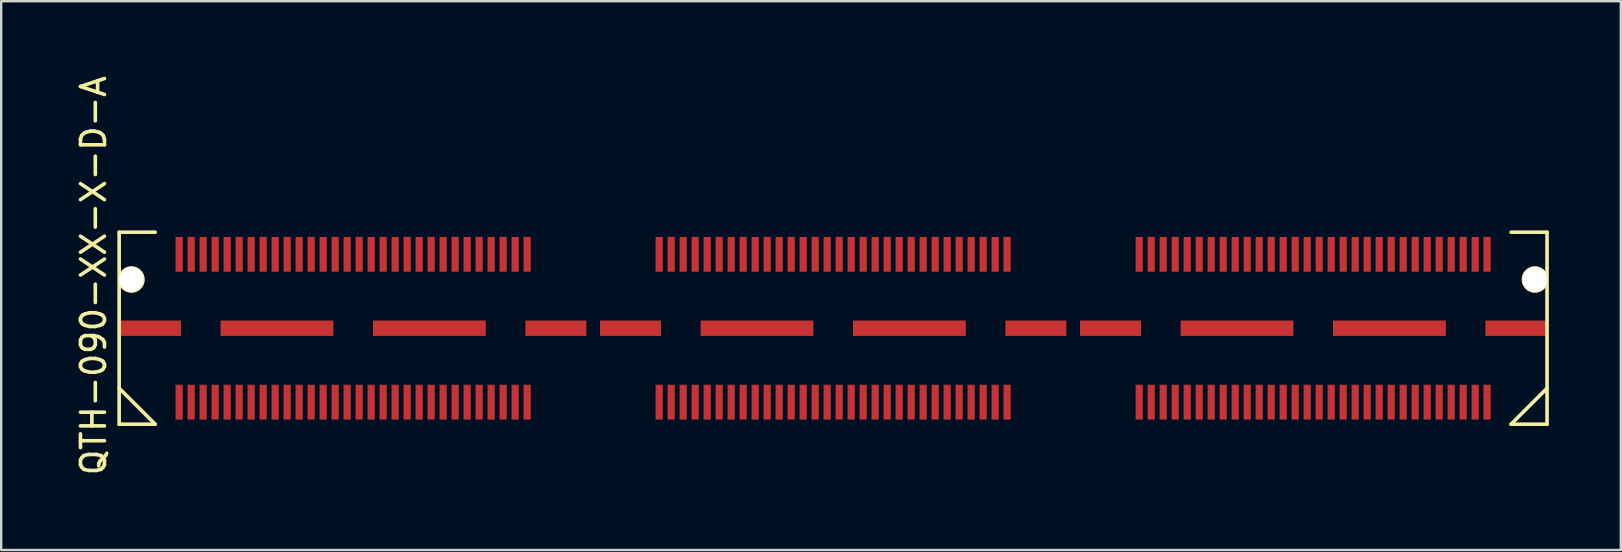
<source format=kicad_pcb>
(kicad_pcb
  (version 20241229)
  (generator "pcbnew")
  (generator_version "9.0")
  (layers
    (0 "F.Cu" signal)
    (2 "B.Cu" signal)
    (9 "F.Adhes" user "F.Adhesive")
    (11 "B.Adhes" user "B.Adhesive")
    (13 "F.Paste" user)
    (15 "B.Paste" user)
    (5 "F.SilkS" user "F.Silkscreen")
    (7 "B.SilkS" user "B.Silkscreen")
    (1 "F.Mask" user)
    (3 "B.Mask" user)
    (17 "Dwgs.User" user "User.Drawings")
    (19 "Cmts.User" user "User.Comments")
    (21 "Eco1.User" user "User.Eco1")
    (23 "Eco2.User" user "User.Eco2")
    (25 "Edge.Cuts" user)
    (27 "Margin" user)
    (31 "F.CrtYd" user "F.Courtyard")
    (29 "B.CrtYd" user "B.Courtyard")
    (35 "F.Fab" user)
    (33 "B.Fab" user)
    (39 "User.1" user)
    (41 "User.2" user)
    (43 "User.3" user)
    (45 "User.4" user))
  (footprint "QTH-090-XX-X-D-A"
    (layer "F.Cu")
    (at 4.416 10.627)
    (property "Reference" "QTH-090-XX-X-D-A" (at -3.568 -2.192 90) (layer "F.SilkS") (effects (font (size 1 1) (thickness 0.15))))
    (attr through_hole)
    (fp_line (start -2.5 -4) (end -2.5 4) (stroke (width 0.15) (type solid)) (layer "F.SilkS"))
    (fp_line (start -2.5 -4) (end -1 -4) (stroke (width 0.15) (type solid)) (layer "F.SilkS"))
    (fp_line (start -2.5 4) (end -1 4) (stroke (width 0.15) (type solid)) (layer "F.SilkS"))
    (fp_line (start -1 4) (end -2.5 2.5) (stroke (width 0.15) (type solid)) (layer "F.SilkS"))
    (fp_line (start 57 -4) (end 55.5 -4) (stroke (width 0.15) (type solid)) (layer "F.SilkS"))
    (fp_line (start 57 -2.5) (end 57 -4) (stroke (width 0.15) (type solid)) (layer "F.SilkS"))
    (fp_line (start 57 -2.5) (end 57 2.5) (stroke (width 0.15) (type solid)) (layer "F.SilkS"))
    (fp_line (start 57 2.5) (end 55.5 4) (stroke (width 0.15) (type solid)) (layer "F.SilkS"))
    (fp_line (start 57 2.5) (end 57 4) (stroke (width 0.15) (type solid)) (layer "F.SilkS"))
    (fp_line (start 57 4) (end 55.5 4) (stroke (width 0.15) (type solid)) (layer "F.SilkS"))
    (pad "" np_thru_hole circle (at -1.989 -2.03) (size 1.1 1.1) (drill 1.02) (layers "*.Cu" "*.Mask" "F.SilkS"))
    (pad "" np_thru_hole circle (at 56.495 -2.03) (size 1.1 1.1) (drill 1.02) (layers "*.Cu" "*.Mask" "F.SilkS"))
    (pad "0" smd rect (at -1.196 0) (size 2.54 0.64) (layers "F.Cu" "F.Mask" "F.Paste"))
    (pad "0" smd rect (at 4.075 0) (size 4.7 0.64) (layers "F.Cu" "F.Mask" "F.Paste"))
    (pad "0" smd rect (at 10.425 0) (size 4.7 0.64) (layers "F.Cu" "F.Mask" "F.Paste"))
    (pad "0" smd rect (at 15.696 0) (size 2.54 0.64) (layers "F.Cu" "F.Mask" "F.Paste"))
    (pad "0" smd rect (at 18.807 0) (size 2.54 0.64) (layers "F.Cu" "F.Mask" "F.Paste"))
    (pad "0" smd rect (at 24.078 0) (size 4.7 0.64) (layers "F.Cu" "F.Mask" "F.Paste"))
    (pad "0" smd rect (at 30.428 0) (size 4.7 0.64) (layers "F.Cu" "F.Mask" "F.Paste"))
    (pad "0" smd rect (at 35.699 0) (size 2.54 0.64) (layers "F.Cu" "F.Mask" "F.Paste"))
    (pad "0" smd rect (at 38.81 0) (size 2.54 0.64) (layers "F.Cu" "F.Mask" "F.Paste"))
    (pad "0" smd rect (at 44.081 0) (size 4.7 0.64) (layers "F.Cu" "F.Mask" "F.Paste"))
    (pad "0" smd rect (at 50.431 0) (size 4.7 0.64) (layers "F.Cu" "F.Mask" "F.Paste"))
    (pad "0" smd rect (at 55.702 0) (size 2.54 0.64) (layers "F.Cu" "F.Mask" "F.Paste"))
    (pad "1" smd rect (at 0 -3.08) (size 0.3 1.45) (layers "F.Cu" "F.Mask" "F.Paste"))
    (pad "2" smd rect (at 0 3.08) (size 0.3 1.45) (layers "F.Cu" "F.Mask" "F.Paste"))
    (pad "3" smd rect (at 0.5 -3.08) (size 0.3 1.45) (layers "F.Cu" "F.Mask" "F.Paste"))
    (pad "4" smd rect (at 0.5 3.08) (size 0.3 1.45) (layers "F.Cu" "F.Mask" "F.Paste"))
    (pad "5" smd rect (at 1 -3.08) (size 0.3 1.45) (layers "F.Cu" "F.Mask" "F.Paste"))
    (pad "6" smd rect (at 1 3.08) (size 0.3 1.45) (layers "F.Cu" "F.Mask" "F.Paste"))
    (pad "7" smd rect (at 1.5 -3.08) (size 0.3 1.45) (layers "F.Cu" "F.Mask" "F.Paste"))
    (pad "8" smd rect (at 1.5 3.08) (size 0.3 1.45) (layers "F.Cu" "F.Mask" "F.Paste"))
    (pad "9" smd rect (at 2 -3.08) (size 0.3 1.45) (layers "F.Cu" "F.Mask" "F.Paste"))
    (pad "10" smd rect (at 2 3.08) (size 0.3 1.45) (layers "F.Cu" "F.Mask" "F.Paste"))
    (pad "11" smd rect (at 2.5 -3.08) (size 0.3 1.45) (layers "F.Cu" "F.Mask" "F.Paste"))
    (pad "12" smd rect (at 2.5 3.08) (size 0.3 1.45) (layers "F.Cu" "F.Mask" "F.Paste"))
    (pad "13" smd rect (at 3 -3.08) (size 0.3 1.45) (layers "F.Cu" "F.Mask" "F.Paste"))
    (pad "14" smd rect (at 3 3.08) (size 0.3 1.45) (layers "F.Cu" "F.Mask" "F.Paste"))
    (pad "15" smd rect (at 3.5 -3.08) (size 0.3 1.45) (layers "F.Cu" "F.Mask" "F.Paste"))
    (pad "16" smd rect (at 3.5 3.08) (size 0.3 1.45) (layers "F.Cu" "F.Mask" "F.Paste"))
    (pad "17" smd rect (at 4 -3.08) (size 0.3 1.45) (layers "F.Cu" "F.Mask" "F.Paste"))
    (pad "18" smd rect (at 4 3.08) (size 0.3 1.45) (layers "F.Cu" "F.Mask" "F.Paste"))
    (pad "19" smd rect (at 4.5 -3.08) (size 0.3 1.45) (layers "F.Cu" "F.Mask" "F.Paste"))
    (pad "20" smd rect (at 4.5 3.08) (size 0.3 1.45) (layers "F.Cu" "F.Mask" "F.Paste"))
    (pad "21" smd rect (at 5 -3.08) (size 0.3 1.45) (layers "F.Cu" "F.Mask" "F.Paste"))
    (pad "22" smd rect (at 5 3.08) (size 0.3 1.45) (layers "F.Cu" "F.Mask" "F.Paste"))
    (pad "23" smd rect (at 5.5 -3.08) (size 0.3 1.45) (layers "F.Cu" "F.Mask" "F.Paste"))
    (pad "24" smd rect (at 5.5 3.08) (size 0.3 1.45) (layers "F.Cu" "F.Mask" "F.Paste"))
    (pad "25" smd rect (at 6 -3.08) (size 0.3 1.45) (layers "F.Cu" "F.Mask" "F.Paste"))
    (pad "26" smd rect (at 6 3.08) (size 0.3 1.45) (layers "F.Cu" "F.Mask" "F.Paste"))
    (pad "27" smd rect (at 6.5 -3.08) (size 0.3 1.45) (layers "F.Cu" "F.Mask" "F.Paste"))
    (pad "28" smd rect (at 6.5 3.08) (size 0.3 1.45) (layers "F.Cu" "F.Mask" "F.Paste"))
    (pad "29" smd rect (at 7 -3.08) (size 0.3 1.45) (layers "F.Cu" "F.Mask" "F.Paste"))
    (pad "30" smd rect (at 7 3.08) (size 0.3 1.45) (layers "F.Cu" "F.Mask" "F.Paste"))
    (pad "31" smd rect (at 7.5 -3.08) (size 0.3 1.45) (layers "F.Cu" "F.Mask" "F.Paste"))
    (pad "32" smd rect (at 7.5 3.08) (size 0.3 1.45) (layers "F.Cu" "F.Mask" "F.Paste"))
    (pad "33" smd rect (at 8 -3.08) (size 0.3 1.45) (layers "F.Cu" "F.Mask" "F.Paste"))
    (pad "34" smd rect (at 8 3.08) (size 0.3 1.45) (layers "F.Cu" "F.Mask" "F.Paste"))
    (pad "35" smd rect (at 8.5 -3.08) (size 0.3 1.45) (layers "F.Cu" "F.Mask" "F.Paste"))
    (pad "36" smd rect (at 8.5 3.08) (size 0.3 1.45) (layers "F.Cu" "F.Mask" "F.Paste"))
    (pad "37" smd rect (at 9 -3.08) (size 0.3 1.45) (layers "F.Cu" "F.Mask" "F.Paste"))
    (pad "38" smd rect (at 9 3.08) (size 0.3 1.45) (layers "F.Cu" "F.Mask" "F.Paste"))
    (pad "39" smd rect (at 9.5 -3.08) (size 0.3 1.45) (layers "F.Cu" "F.Mask" "F.Paste"))
    (pad "40" smd rect (at 9.5 3.08) (size 0.3 1.45) (layers "F.Cu" "F.Mask" "F.Paste"))
    (pad "41" smd rect (at 10 -3.08) (size 0.3 1.45) (layers "F.Cu" "F.Mask" "F.Paste"))
    (pad "42" smd rect (at 10 3.08) (size 0.3 1.45) (layers "F.Cu" "F.Mask" "F.Paste"))
    (pad "43" smd rect (at 10.5 -3.08) (size 0.3 1.45) (layers "F.Cu" "F.Mask" "F.Paste"))
    (pad "44" smd rect (at 10.5 3.08) (size 0.3 1.45) (layers "F.Cu" "F.Mask" "F.Paste"))
    (pad "45" smd rect (at 11 -3.08) (size 0.3 1.45) (layers "F.Cu" "F.Mask" "F.Paste"))
    (pad "46" smd rect (at 11 3.08) (size 0.3 1.45) (layers "F.Cu" "F.Mask" "F.Paste"))
    (pad "47" smd rect (at 11.5 -3.08) (size 0.3 1.45) (layers "F.Cu" "F.Mask" "F.Paste"))
    (pad "48" smd rect (at 11.5 3.08) (size 0.3 1.45) (layers "F.Cu" "F.Mask" "F.Paste"))
    (pad "49" smd rect (at 12 -3.08) (size 0.3 1.45) (layers "F.Cu" "F.Mask" "F.Paste"))
    (pad "50" smd rect (at 12 3.08) (size 0.3 1.45) (layers "F.Cu" "F.Mask" "F.Paste"))
    (pad "51" smd rect (at 12.5 -3.08) (size 0.3 1.45) (layers "F.Cu" "F.Mask" "F.Paste"))
    (pad "52" smd rect (at 12.5 3.08) (size 0.3 1.45) (layers "F.Cu" "F.Mask" "F.Paste"))
    (pad "53" smd rect (at 13 -3.08) (size 0.3 1.45) (layers "F.Cu" "F.Mask" "F.Paste"))
    (pad "54" smd rect (at 13 3.08) (size 0.3 1.45) (layers "F.Cu" "F.Mask" "F.Paste"))
    (pad "55" smd rect (at 13.5 -3.08) (size 0.3 1.45) (layers "F.Cu" "F.Mask" "F.Paste"))
    (pad "56" smd rect (at 13.5 3.08) (size 0.3 1.45) (layers "F.Cu" "F.Mask" "F.Paste"))
    (pad "57" smd rect (at 14 -3.08) (size 0.3 1.45) (layers "F.Cu" "F.Mask" "F.Paste"))
    (pad "58" smd rect (at 14 3.08) (size 0.3 1.45) (layers "F.Cu" "F.Mask" "F.Paste"))
    (pad "59" smd rect (at 14.5 -3.08) (size 0.3 1.45) (layers "F.Cu" "F.Mask" "F.Paste"))
    (pad "60" smd rect (at 14.5 3.08) (size 0.3 1.45) (layers "F.Cu" "F.Mask" "F.Paste"))
    (pad "61" smd rect (at 20.003 -3.08) (size 0.3 1.45) (layers "F.Cu" "F.Mask" "F.Paste"))
    (pad "62" smd rect (at 20.003 3.08) (size 0.3 1.45) (layers "F.Cu" "F.Mask" "F.Paste"))
    (pad "63" smd rect (at 20.503 -3.08) (size 0.3 1.45) (layers "F.Cu" "F.Mask" "F.Paste"))
    (pad "64" smd rect (at 20.503 3.08) (size 0.3 1.45) (layers "F.Cu" "F.Mask" "F.Paste"))
    (pad "65" smd rect (at 21.003 -3.08) (size 0.3 1.45) (layers "F.Cu" "F.Mask" "F.Paste"))
    (pad "66" smd rect (at 21.003 3.08) (size 0.3 1.45) (layers "F.Cu" "F.Mask" "F.Paste"))
    (pad "67" smd rect (at 21.503 -3.08) (size 0.3 1.45) (layers "F.Cu" "F.Mask" "F.Paste"))
    (pad "68" smd rect (at 21.503 3.08) (size 0.3 1.45) (layers "F.Cu" "F.Mask" "F.Paste"))
    (pad "69" smd rect (at 22.003 -3.08) (size 0.3 1.45) (layers "F.Cu" "F.Mask" "F.Paste"))
    (pad "70" smd rect (at 22.003 3.08) (size 0.3 1.45) (layers "F.Cu" "F.Mask" "F.Paste"))
    (pad "71" smd rect (at 22.503 -3.08) (size 0.3 1.45) (layers "F.Cu" "F.Mask" "F.Paste"))
    (pad "72" smd rect (at 22.503 3.08) (size 0.3 1.45) (layers "F.Cu" "F.Mask" "F.Paste"))
    (pad "73" smd rect (at 23.003 -3.08) (size 0.3 1.45) (layers "F.Cu" "F.Mask" "F.Paste"))
    (pad "74" smd rect (at 23.003 3.08) (size 0.3 1.45) (layers "F.Cu" "F.Mask" "F.Paste"))
    (pad "75" smd rect (at 23.503 -3.08) (size 0.3 1.45) (layers "F.Cu" "F.Mask" "F.Paste"))
    (pad "76" smd rect (at 23.503 3.08) (size 0.3 1.45) (layers "F.Cu" "F.Mask" "F.Paste"))
    (pad "77" smd rect (at 24.003 -3.08) (size 0.3 1.45) (layers "F.Cu" "F.Mask" "F.Paste"))
    (pad "78" smd rect (at 24.003 3.08) (size 0.3 1.45) (layers "F.Cu" "F.Mask" "F.Paste"))
    (pad "79" smd rect (at 24.503 -3.08) (size 0.3 1.45) (layers "F.Cu" "F.Mask" "F.Paste"))
    (pad "80" smd rect (at 24.503 3.08) (size 0.3 1.45) (layers "F.Cu" "F.Mask" "F.Paste"))
    (pad "81" smd rect (at 25.003 -3.08) (size 0.3 1.45) (layers "F.Cu" "F.Mask" "F.Paste"))
    (pad "82" smd rect (at 25.003 3.08) (size 0.3 1.45) (layers "F.Cu" "F.Mask" "F.Paste"))
    (pad "83" smd rect (at 25.503 -3.08) (size 0.3 1.45) (layers "F.Cu" "F.Mask" "F.Paste"))
    (pad "84" smd rect (at 25.503 3.08) (size 0.3 1.45) (layers "F.Cu" "F.Mask" "F.Paste"))
    (pad "85" smd rect (at 26.003 -3.08) (size 0.3 1.45) (layers "F.Cu" "F.Mask" "F.Paste"))
    (pad "86" smd rect (at 26.003 3.08) (size 0.3 1.45) (layers "F.Cu" "F.Mask" "F.Paste"))
    (pad "87" smd rect (at 26.503 -3.08) (size 0.3 1.45) (layers "F.Cu" "F.Mask" "F.Paste"))
    (pad "88" smd rect (at 26.503 3.08) (size 0.3 1.45) (layers "F.Cu" "F.Mask" "F.Paste"))
    (pad "89" smd rect (at 27.003 -3.08) (size 0.3 1.45) (layers "F.Cu" "F.Mask" "F.Paste"))
    (pad "90" smd rect (at 27.003 3.08) (size 0.3 1.45) (layers "F.Cu" "F.Mask" "F.Paste"))
    (pad "91" smd rect (at 27.503 -3.08) (size 0.3 1.45) (layers "F.Cu" "F.Mask" "F.Paste"))
    (pad "92" smd rect (at 27.503 3.08) (size 0.3 1.45) (layers "F.Cu" "F.Mask" "F.Paste"))
    (pad "93" smd rect (at 28.003 -3.08) (size 0.3 1.45) (layers "F.Cu" "F.Mask" "F.Paste"))
    (pad "94" smd rect (at 28.003 3.08) (size 0.3 1.45) (layers "F.Cu" "F.Mask" "F.Paste"))
    (pad "95" smd rect (at 28.503 -3.08) (size 0.3 1.45) (layers "F.Cu" "F.Mask" "F.Paste"))
    (pad "96" smd rect (at 28.503 3.08) (size 0.3 1.45) (layers "F.Cu" "F.Mask" "F.Paste"))
    (pad "97" smd rect (at 29.003 -3.08) (size 0.3 1.45) (layers "F.Cu" "F.Mask" "F.Paste"))
    (pad "98" smd rect (at 29.003 3.08) (size 0.3 1.45) (layers "F.Cu" "F.Mask" "F.Paste"))
    (pad "99" smd rect (at 29.503 -3.08) (size 0.3 1.45) (layers "F.Cu" "F.Mask" "F.Paste"))
    (pad "100" smd rect (at 29.503 3.08) (size 0.3 1.45) (layers "F.Cu" "F.Mask" "F.Paste"))
    (pad "101" smd rect (at 30.003 -3.08) (size 0.3 1.45) (layers "F.Cu" "F.Mask" "F.Paste"))
    (pad "102" smd rect (at 30.003 3.08) (size 0.3 1.45) (layers "F.Cu" "F.Mask" "F.Paste"))
    (pad "103" smd rect (at 30.503 -3.08) (size 0.3 1.45) (layers "F.Cu" "F.Mask" "F.Paste"))
    (pad "104" smd rect (at 30.503 3.08) (size 0.3 1.45) (layers "F.Cu" "F.Mask" "F.Paste"))
    (pad "105" smd rect (at 31.003 -3.08) (size 0.3 1.45) (layers "F.Cu" "F.Mask" "F.Paste"))
    (pad "106" smd rect (at 31.003 3.08) (size 0.3 1.45) (layers "F.Cu" "F.Mask" "F.Paste"))
    (pad "107" smd rect (at 31.503 -3.08) (size 0.3 1.45) (layers "F.Cu" "F.Mask" "F.Paste"))
    (pad "108" smd rect (at 31.503 3.08) (size 0.3 1.45) (layers "F.Cu" "F.Mask" "F.Paste"))
    (pad "109" smd rect (at 32.003 -3.08) (size 0.3 1.45) (layers "F.Cu" "F.Mask" "F.Paste"))
    (pad "110" smd rect (at 32.003 3.08) (size 0.3 1.45) (layers "F.Cu" "F.Mask" "F.Paste"))
    (pad "111" smd rect (at 32.503 -3.08) (size 0.3 1.45) (layers "F.Cu" "F.Mask" "F.Paste"))
    (pad "112" smd rect (at 32.503 3.08) (size 0.3 1.45) (layers "F.Cu" "F.Mask" "F.Paste"))
    (pad "113" smd rect (at 33.003 -3.08) (size 0.3 1.45) (layers "F.Cu" "F.Mask" "F.Paste"))
    (pad "114" smd rect (at 33.003 3.08) (size 0.3 1.45) (layers "F.Cu" "F.Mask" "F.Paste"))
    (pad "115" smd rect (at 33.503 -3.08) (size 0.3 1.45) (layers "F.Cu" "F.Mask" "F.Paste"))
    (pad "116" smd rect (at 33.503 3.08) (size 0.3 1.45) (layers "F.Cu" "F.Mask" "F.Paste"))
    (pad "117" smd rect (at 34.003 -3.08) (size 0.3 1.45) (layers "F.Cu" "F.Mask" "F.Paste"))
    (pad "118" smd rect (at 34.003 3.08) (size 0.3 1.45) (layers "F.Cu" "F.Mask" "F.Paste"))
    (pad "119" smd rect (at 34.5 -3.08) (size 0.3 1.45) (layers "F.Cu" "F.Mask" "F.Paste"))
    (pad "120" smd rect (at 34.5 3.08) (size 0.3 1.45) (layers "F.Cu" "F.Mask" "F.Paste"))
    (pad "121" smd rect (at 40.006 -3.08) (size 0.3 1.45) (layers "F.Cu" "F.Mask" "F.Paste"))
    (pad "122" smd rect (at 40.006 3.08) (size 0.3 1.45) (layers "F.Cu" "F.Mask" "F.Paste"))
    (pad "123" smd rect (at 40.506 -3.08) (size 0.3 1.45) (layers "F.Cu" "F.Mask" "F.Paste"))
    (pad "124" smd rect (at 40.506 3.08) (size 0.3 1.45) (layers "F.Cu" "F.Mask" "F.Paste"))
    (pad "125" smd rect (at 41.006 -3.08) (size 0.3 1.45) (layers "F.Cu" "F.Mask" "F.Paste"))
    (pad "126" smd rect (at 41.006 3.08) (size 0.3 1.45) (layers "F.Cu" "F.Mask" "F.Paste"))
    (pad "127" smd rect (at 41.506 -3.08) (size 0.3 1.45) (layers "F.Cu" "F.Mask" "F.Paste"))
    (pad "128" smd rect (at 41.506 3.08) (size 0.3 1.45) (layers "F.Cu" "F.Mask" "F.Paste"))
    (pad "129" smd rect (at 42.006 -3.08) (size 0.3 1.45) (layers "F.Cu" "F.Mask" "F.Paste"))
    (pad "130" smd rect (at 42.006 3.08) (size 0.3 1.45) (layers "F.Cu" "F.Mask" "F.Paste"))
    (pad "131" smd rect (at 42.506 -3.08) (size 0.3 1.45) (layers "F.Cu" "F.Mask" "F.Paste"))
    (pad "132" smd rect (at 42.506 3.08) (size 0.3 1.45) (layers "F.Cu" "F.Mask" "F.Paste"))
    (pad "133" smd rect (at 43.006 -3.08) (size 0.3 1.45) (layers "F.Cu" "F.Mask" "F.Paste"))
    (pad "134" smd rect (at 43.006 3.08) (size 0.3 1.45) (layers "F.Cu" "F.Mask" "F.Paste"))
    (pad "135" smd rect (at 43.506 -3.08) (size 0.3 1.45) (layers "F.Cu" "F.Mask" "F.Paste"))
    (pad "136" smd rect (at 43.506 3.08) (size 0.3 1.45) (layers "F.Cu" "F.Mask" "F.Paste"))
    (pad "137" smd rect (at 44.006 -3.08) (size 0.3 1.45) (layers "F.Cu" "F.Mask" "F.Paste"))
    (pad "138" smd rect (at 44.006 3.08) (size 0.3 1.45) (layers "F.Cu" "F.Mask" "F.Paste"))
    (pad "139" smd rect (at 44.506 -3.08) (size 0.3 1.45) (layers "F.Cu" "F.Mask" "F.Paste"))
    (pad "140" smd rect (at 44.506 3.08) (size 0.3 1.45) (layers "F.Cu" "F.Mask" "F.Paste"))
    (pad "141" smd rect (at 45.006 -3.08) (size 0.3 1.45) (layers "F.Cu" "F.Mask" "F.Paste"))
    (pad "142" smd rect (at 45.006 3.08) (size 0.3 1.45) (layers "F.Cu" "F.Mask" "F.Paste"))
    (pad "143" smd rect (at 45.506 -3.08) (size 0.3 1.45) (layers "F.Cu" "F.Mask" "F.Paste"))
    (pad "144" smd rect (at 45.506 3.08) (size 0.3 1.45) (layers "F.Cu" "F.Mask" "F.Paste"))
    (pad "145" smd rect (at 46.006 -3.08) (size 0.3 1.45) (layers "F.Cu" "F.Mask" "F.Paste"))
    (pad "146" smd rect (at 46.006 3.08) (size 0.3 1.45) (layers "F.Cu" "F.Mask" "F.Paste"))
    (pad "147" smd rect (at 46.506 -3.08) (size 0.3 1.45) (layers "F.Cu" "F.Mask" "F.Paste"))
    (pad "148" smd rect (at 46.506 3.08) (size 0.3 1.45) (layers "F.Cu" "F.Mask" "F.Paste"))
    (pad "149" smd rect (at 47.006 -3.08) (size 0.3 1.45) (layers "F.Cu" "F.Mask" "F.Paste"))
    (pad "150" smd rect (at 47.006 3.08) (size 0.3 1.45) (layers "F.Cu" "F.Mask" "F.Paste"))
    (pad "151" smd rect (at 47.506 -3.08) (size 0.3 1.45) (layers "F.Cu" "F.Mask" "F.Paste"))
    (pad "152" smd rect (at 47.506 3.08) (size 0.3 1.45) (layers "F.Cu" "F.Mask" "F.Paste"))
    (pad "153" smd rect (at 48.006 -3.08) (size 0.3 1.45) (layers "F.Cu" "F.Mask" "F.Paste"))
    (pad "154" smd rect (at 48.006 3.08) (size 0.3 1.45) (layers "F.Cu" "F.Mask" "F.Paste"))
    (pad "155" smd rect (at 48.506 -3.08) (size 0.3 1.45) (layers "F.Cu" "F.Mask" "F.Paste"))
    (pad "156" smd rect (at 48.506 3.08) (size 0.3 1.45) (layers "F.Cu" "F.Mask" "F.Paste"))
    (pad "157" smd rect (at 49.006 -3.08) (size 0.3 1.45) (layers "F.Cu" "F.Mask" "F.Paste"))
    (pad "158" smd rect (at 49.006 3.08) (size 0.3 1.45) (layers "F.Cu" "F.Mask" "F.Paste"))
    (pad "159" smd rect (at 49.506 -3.08) (size 0.3 1.45) (layers "F.Cu" "F.Mask" "F.Paste"))
    (pad "160" smd rect (at 49.506 3.08) (size 0.3 1.45) (layers "F.Cu" "F.Mask" "F.Paste"))
    (pad "161" smd rect (at 50.006 -3.08) (size 0.3 1.45) (layers "F.Cu" "F.Mask" "F.Paste"))
    (pad "162" smd rect (at 50.006 3.08) (size 0.3 1.45) (layers "F.Cu" "F.Mask" "F.Paste"))
    (pad "163" smd rect (at 50.506 -3.08) (size 0.3 1.45) (layers "F.Cu" "F.Mask" "F.Paste"))
    (pad "164" smd rect (at 50.506 3.08) (size 0.3 1.45) (layers "F.Cu" "F.Mask" "F.Paste"))
    (pad "165" smd rect (at 51.006 -3.08) (size 0.3 1.45) (layers "F.Cu" "F.Mask" "F.Paste"))
    (pad "166" smd rect (at 51.006 3.08) (size 0.3 1.45) (layers "F.Cu" "F.Mask" "F.Paste"))
    (pad "167" smd rect (at 51.506 -3.08) (size 0.3 1.45) (layers "F.Cu" "F.Mask" "F.Paste"))
    (pad "168" smd rect (at 51.506 3.08) (size 0.3 1.45) (layers "F.Cu" "F.Mask" "F.Paste"))
    (pad "169" smd rect (at 52.006 -3.08) (size 0.3 1.45) (layers "F.Cu" "F.Mask" "F.Paste"))
    (pad "170" smd rect (at 52.006 3.08) (size 0.3 1.45) (layers "F.Cu" "F.Mask" "F.Paste"))
    (pad "171" smd rect (at 52.506 -3.08) (size 0.3 1.45) (layers "F.Cu" "F.Mask" "F.Paste"))
    (pad "172" smd rect (at 52.506 3.08) (size 0.3 1.45) (layers "F.Cu" "F.Mask" "F.Paste"))
    (pad "173" smd rect (at 53.006 -3.08) (size 0.3 1.45) (layers "F.Cu" "F.Mask" "F.Paste"))
    (pad "174" smd rect (at 53.006 3.08) (size 0.3 1.45) (layers "F.Cu" "F.Mask" "F.Paste"))
    (pad "175" smd rect (at 53.506 -3.08) (size 0.3 1.45) (layers "F.Cu" "F.Mask" "F.Paste"))
    (pad "176" smd rect (at 53.506 3.08) (size 0.3 1.45) (layers "F.Cu" "F.Mask" "F.Paste"))
    (pad "177" smd rect (at 54.006 -3.08) (size 0.3 1.45) (layers "F.Cu" "F.Mask" "F.Paste"))
    (pad "178" smd rect (at 54.006 3.08) (size 0.3 1.45) (layers "F.Cu" "F.Mask" "F.Paste"))
    (pad "179" smd rect (at 54.5 -3.08) (size 0.3 1.45) (layers "F.Cu" "F.Mask" "F.Paste"))
    (pad "180" smd rect (at 54.5 3.08) (size 0.3 1.45) (layers "F.Cu" "F.Mask" "F.Paste")))
  (gr_rect
    (start -3 -3)
    (end 64.491 19.869)
    (stroke (width 0.1) (type default))
    (fill no)
    (layer "Edge.Cuts")))
</source>
